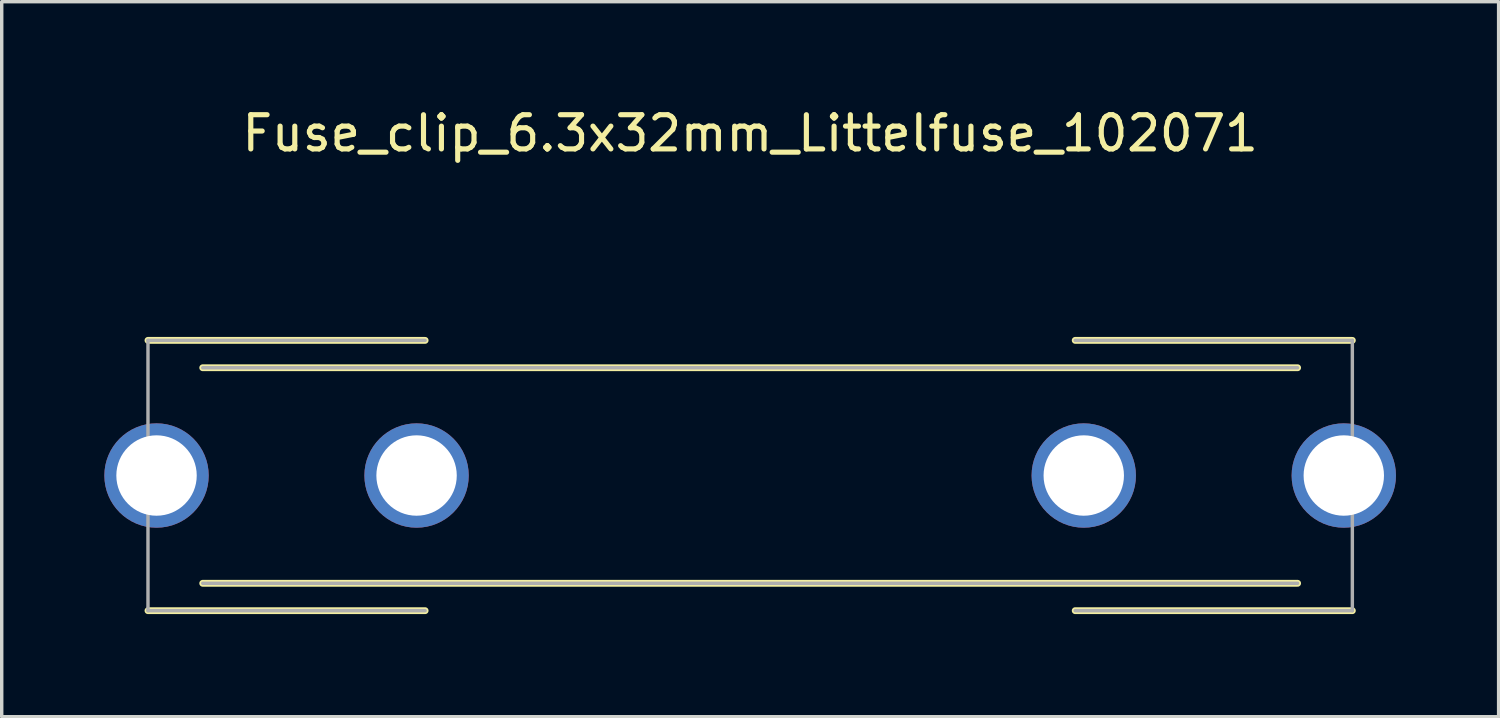
<source format=kicad_pcb>
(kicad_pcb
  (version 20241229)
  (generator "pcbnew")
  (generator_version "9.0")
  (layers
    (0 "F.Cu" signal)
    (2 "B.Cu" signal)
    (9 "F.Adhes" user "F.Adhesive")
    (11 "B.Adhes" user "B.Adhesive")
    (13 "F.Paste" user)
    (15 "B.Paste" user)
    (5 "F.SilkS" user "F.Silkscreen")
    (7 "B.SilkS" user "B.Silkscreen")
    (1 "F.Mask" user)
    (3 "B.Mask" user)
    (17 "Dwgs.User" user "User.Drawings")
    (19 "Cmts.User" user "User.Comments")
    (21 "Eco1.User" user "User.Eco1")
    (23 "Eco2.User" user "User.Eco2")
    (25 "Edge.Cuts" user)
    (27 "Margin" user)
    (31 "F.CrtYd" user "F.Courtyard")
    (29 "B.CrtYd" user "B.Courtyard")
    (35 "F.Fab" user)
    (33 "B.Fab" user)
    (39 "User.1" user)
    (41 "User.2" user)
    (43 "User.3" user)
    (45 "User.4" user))
  (footprint "Fuse_clip_6.3x32mm_Littelfuse_102071"
    (layer "F.Cu")
    (at 18.875 10.848)
    (property "Reference" "Fuse_clip_6.3x32mm_Littelfuse_102071" (at 0 -10 0) (layer "F.SilkS") (effects (font (size 1 1) (thickness 0.15))))
    (attr through_hole)
    (fp_line (start -16 -3.15) (end 16 -3.15) (stroke (width 0.2) (type solid)) (layer "F.SilkS"))
    (fp_line (start -16 3.15) (end 16 3.15) (stroke (width 0.2) (type solid)) (layer "F.SilkS"))
    (fp_line (start -9.5 -3.95) (end -17.6 -3.95) (stroke (width 0.2) (type solid)) (layer "F.SilkS"))
    (fp_line (start -9.5 3.95) (end -17.6 3.95) (stroke (width 0.2) (type solid)) (layer "F.SilkS"))
    (fp_line (start 9.5 -3.95) (end 17.6 -3.95) (stroke (width 0.2) (type solid)) (layer "F.SilkS"))
    (fp_line (start 9.5 3.95) (end 17.6 3.95) (stroke (width 0.2) (type solid)) (layer "F.SilkS"))
    (fp_line (start -17.6 3.95) (end -17.6 -3.95) (stroke (width 0.1) (type solid)) (layer "F.Fab"))
    (fp_line (start -16 -3.15) (end 16 -3.15) (stroke (width 0.1) (type solid)) (layer "F.Fab"))
    (fp_line (start -16 3.15) (end 16 3.15) (stroke (width 0.1) (type solid)) (layer "F.Fab"))
    (fp_line (start -9.5 -3.95) (end -17.6 -3.95) (stroke (width 0.1) (type solid)) (layer "F.Fab"))
    (fp_line (start -9.5 3.95) (end -17.6 3.95) (stroke (width 0.1) (type solid)) (layer "F.Fab"))
    (fp_line (start 9.5 -3.95) (end 17.6 -3.95) (stroke (width 0.1) (type solid)) (layer "F.Fab"))
    (fp_line (start 9.5 3.95) (end 17.6 3.95) (stroke (width 0.1) (type solid)) (layer "F.Fab"))
    (fp_line (start 17.6 3.95) (end 17.6 -3.95) (stroke (width 0.1) (type solid)) (layer "F.Fab"))
    (pad "1" thru_hole circle (at -17.35 0) (size 3.05 3.05) (drill 2.35) (layers "*.Cu" "*.Mask"))
    (pad "1" thru_hole circle (at -9.75 0) (size 3.05 3.05) (drill 2.35) (layers "*.Cu" "*.Mask"))
    (pad "2" thru_hole circle (at 9.75 0) (size 3.05 3.05) (drill 2.35) (layers "*.Cu" "*.Mask"))
    (pad "2" thru_hole circle (at 17.35 0) (size 3.05 3.05) (drill 2.35) (layers "*.Cu" "*.Mask")))
  (gr_rect
    (start -3 -3)
    (end 40.75 17.898)
    (stroke (width 0.1) (type default))
    (fill no)
    (layer "Edge.Cuts")))
</source>
